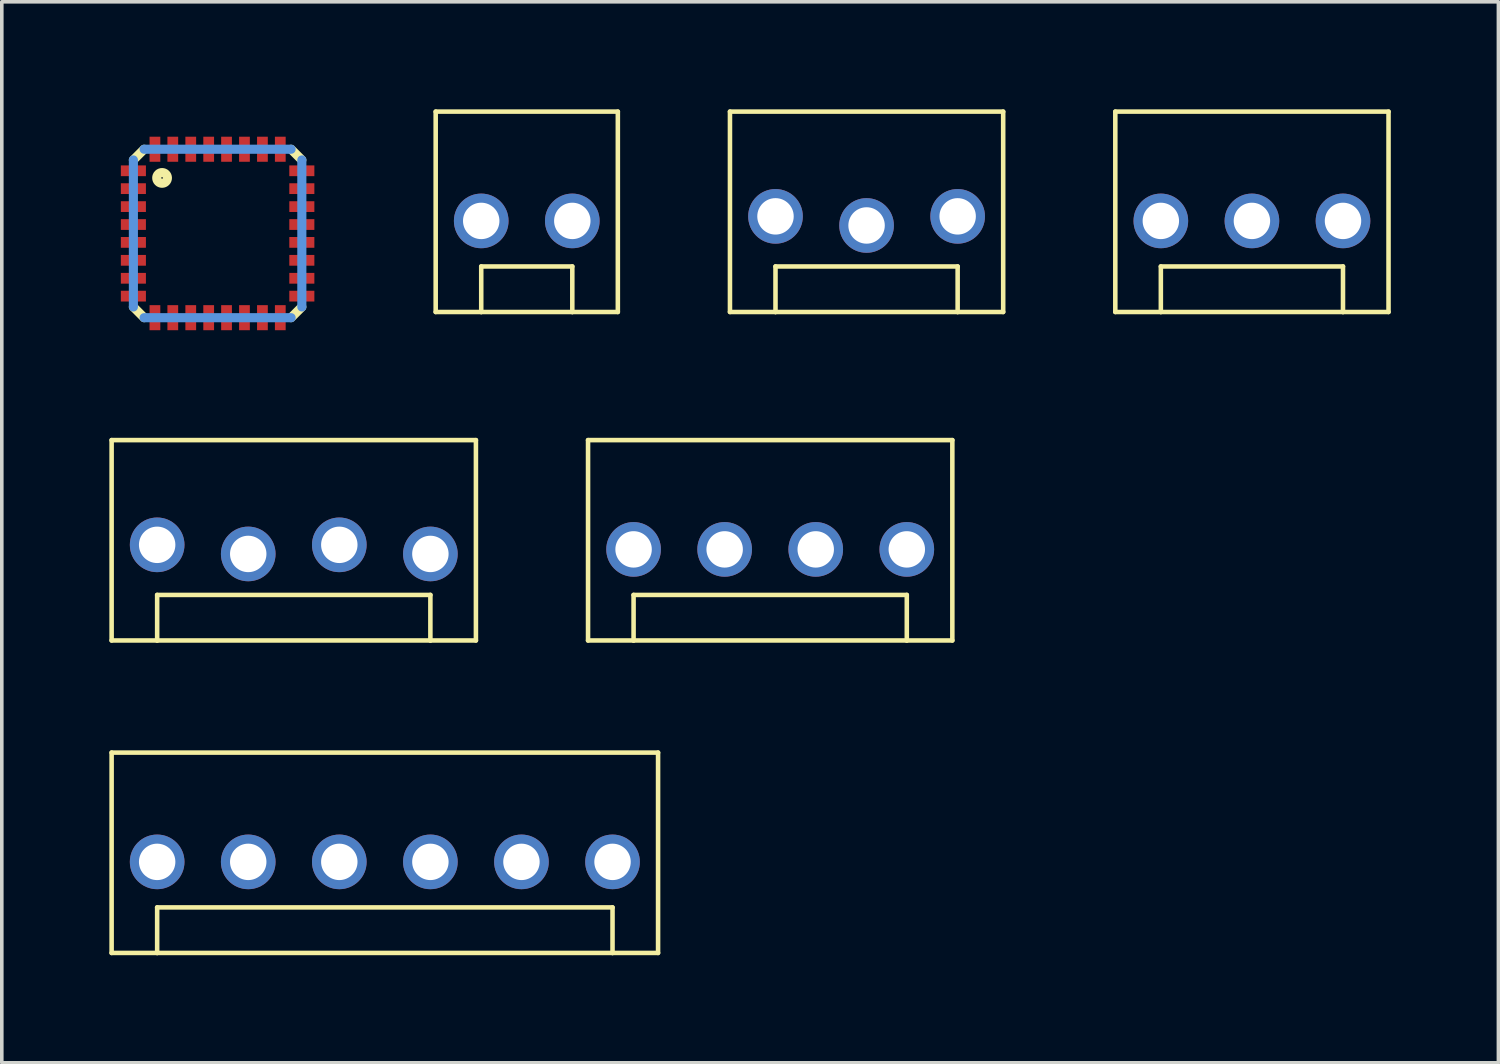
<source format=kicad_pcb>
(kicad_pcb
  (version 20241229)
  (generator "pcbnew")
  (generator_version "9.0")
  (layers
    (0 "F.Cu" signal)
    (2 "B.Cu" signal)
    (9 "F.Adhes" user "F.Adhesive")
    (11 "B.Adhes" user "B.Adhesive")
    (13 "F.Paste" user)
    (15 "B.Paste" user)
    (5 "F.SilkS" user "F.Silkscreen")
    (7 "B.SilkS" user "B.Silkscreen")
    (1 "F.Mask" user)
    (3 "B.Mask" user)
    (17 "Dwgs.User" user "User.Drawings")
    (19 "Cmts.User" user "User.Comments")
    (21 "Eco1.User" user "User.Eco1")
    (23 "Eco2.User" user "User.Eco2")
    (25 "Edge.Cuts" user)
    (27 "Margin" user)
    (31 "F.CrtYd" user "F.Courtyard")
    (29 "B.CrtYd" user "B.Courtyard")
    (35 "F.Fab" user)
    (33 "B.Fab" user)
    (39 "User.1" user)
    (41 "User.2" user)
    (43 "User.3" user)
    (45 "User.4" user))
  (footprint "MOLEX-1X4"
    (layer "F.Cu")
    (at 14.62 12.272)
    (property "Reference" "MOLEX-1X4" (at 0 0 0) (layer "Cmts.User") (effects (font (size 0.001 0.001) (thickness 0.000001))))
    (attr through_hole)
    (fp_line (start -1.27 -3.048) (end -1.27 2.54) (stroke (width 0.127) (type solid)) (layer "F.SilkS"))
    (fp_line (start 0 1.27) (end 7.62 1.27) (stroke (width 0.127) (type solid)) (layer "F.SilkS"))
    (fp_line (start 0 2.54) (end -1.27 2.54) (stroke (width 0.127) (type solid)) (layer "F.SilkS"))
    (fp_line (start 0 2.54) (end 0 1.27) (stroke (width 0.127) (type solid)) (layer "F.SilkS"))
    (fp_line (start 7.62 1.27) (end 7.62 2.54) (stroke (width 0.127) (type solid)) (layer "F.SilkS"))
    (fp_line (start 7.62 2.54) (end 0 2.54) (stroke (width 0.127) (type solid)) (layer "F.SilkS"))
    (fp_line (start 8.89 -3.048) (end -1.27 -3.048) (stroke (width 0.127) (type solid)) (layer "F.SilkS"))
    (fp_line (start 8.89 -3.048) (end 8.89 2.54) (stroke (width 0.127) (type solid)) (layer "F.SilkS"))
    (fp_line (start 8.89 2.54) (end 7.62 2.54) (stroke (width 0.127) (type solid)) (layer "F.SilkS"))
    (pad "1" thru_hole oval (at 0 0) (size 1.524 1.524) (drill 1.016) (layers "*.Cu" "*.Mask"))
    (pad "2" thru_hole oval (at 2.54 0) (size 1.524 1.524) (drill 1.016) (layers "*.Cu" "*.Mask"))
    (pad "3" thru_hole oval (at 5.08 0) (size 1.524 1.524) (drill 1.016) (layers "*.Cu" "*.Mask"))
    (pad "4" thru_hole oval (at 7.62 0) (size 1.524 1.524) (drill 1.016) (layers "*.Cu" "*.Mask")))
  (footprint "MLF32"
    (layer "F.Cu")
    (at 3.019 3.461)
    (property "Reference" "MLF32" (at 0 -2.54 0) (layer "Eco1.User") (effects (font (size 1.27 1.27) (thickness 0.102))))
    (attr through_hole)
    (fp_line (start -2.349 -2.05) (end -2.05 -2.349) (stroke (width 0.254) (type solid)) (layer "F.SilkS"))
    (fp_line (start -2.05 2.349) (end -2.349 2.05) (stroke (width 0.254) (type solid)) (layer "F.SilkS"))
    (fp_line (start 2.05 -2.349) (end 2.349 -2.05) (stroke (width 0.254) (type solid)) (layer "F.SilkS"))
    (fp_line (start 2.349 2.05) (end 2.05 2.349) (stroke (width 0.254) (type solid)) (layer "F.SilkS"))
    (fp_circle (center -1.549 -1.549) (end -1.4 -1.549) (stroke (width 0.254) (type solid)) (fill no) (layer "F.SilkS"))
    (fp_line (start -2.349 2.05) (end -2.349 -2.05) (stroke (width 0.254) (type solid)) (layer "Cmts.User"))
    (fp_line (start -2.05 -2.349) (end 2.05 -2.349) (stroke (width 0.254) (type solid)) (layer "Cmts.User"))
    (fp_line (start 2.05 2.349) (end -2.05 2.349) (stroke (width 0.254) (type solid)) (layer "Cmts.User"))
    (fp_line (start 2.349 -2.05) (end 2.349 2.05) (stroke (width 0.254) (type solid)) (layer "Cmts.User"))
    (pad "1" smd rect (at -2.349 -1.748) (size 0.699 0.3) (layers "F.Cu" "F.Mask" "F.Paste"))
    (pad "2" smd rect (at -2.349 -1.25) (size 0.699 0.3) (layers "F.Cu" "F.Mask" "F.Paste"))
    (pad "3" smd rect (at -2.349 -0.749) (size 0.699 0.3) (layers "F.Cu" "F.Mask" "F.Paste"))
    (pad "4" smd rect (at -2.349 -0.249) (size 0.699 0.3) (layers "F.Cu" "F.Mask" "F.Paste"))
    (pad "5" smd rect (at -2.349 0.249) (size 0.699 0.3) (layers "F.Cu" "F.Mask" "F.Paste"))
    (pad "6" smd rect (at -2.349 0.749) (size 0.699 0.3) (layers "F.Cu" "F.Mask" "F.Paste"))
    (pad "7" smd rect (at -2.349 1.25) (size 0.699 0.3) (layers "F.Cu" "F.Mask" "F.Paste"))
    (pad "8" smd rect (at -2.349 1.748) (size 0.699 0.3) (layers "F.Cu" "F.Mask" "F.Paste"))
    (pad "9" smd rect (at -1.748 2.349) (size 0.3 0.699) (layers "F.Cu" "F.Mask" "F.Paste"))
    (pad "10" smd rect (at -1.25 2.349) (size 0.3 0.699) (layers "F.Cu" "F.Mask" "F.Paste"))
    (pad "11" smd rect (at -0.749 2.349) (size 0.3 0.699) (layers "F.Cu" "F.Mask" "F.Paste"))
    (pad "12" smd rect (at -0.249 2.349) (size 0.3 0.699) (layers "F.Cu" "F.Mask" "F.Paste"))
    (pad "13" smd rect (at 0.249 2.349) (size 0.3 0.699) (layers "F.Cu" "F.Mask" "F.Paste"))
    (pad "14" smd rect (at 0.749 2.349) (size 0.3 0.699) (layers "F.Cu" "F.Mask" "F.Paste"))
    (pad "15" smd rect (at 1.25 2.349) (size 0.3 0.699) (layers "F.Cu" "F.Mask" "F.Paste"))
    (pad "16" smd rect (at 1.748 2.349) (size 0.3 0.699) (layers "F.Cu" "F.Mask" "F.Paste"))
    (pad "17" smd rect (at 2.349 1.748) (size 0.699 0.3) (layers "F.Cu" "F.Mask" "F.Paste"))
    (pad "18" smd rect (at 2.349 1.25) (size 0.699 0.3) (layers "F.Cu" "F.Mask" "F.Paste"))
    (pad "19" smd rect (at 2.349 0.749) (size 0.699 0.3) (layers "F.Cu" "F.Mask" "F.Paste"))
    (pad "20" smd rect (at 2.349 0.249) (size 0.699 0.3) (layers "F.Cu" "F.Mask" "F.Paste"))
    (pad "21" smd rect (at 2.349 -0.249) (size 0.699 0.3) (layers "F.Cu" "F.Mask" "F.Paste"))
    (pad "22" smd rect (at 2.349 -0.749) (size 0.699 0.3) (layers "F.Cu" "F.Mask" "F.Paste"))
    (pad "23" smd rect (at 2.349 -1.25) (size 0.699 0.3) (layers "F.Cu" "F.Mask" "F.Paste"))
    (pad "24" smd rect (at 2.349 -1.748) (size 0.699 0.3) (layers "F.Cu" "F.Mask" "F.Paste"))
    (pad "25" smd rect (at 1.748 -2.349) (size 0.3 0.699) (layers "F.Cu" "F.Mask" "F.Paste"))
    (pad "26" smd rect (at 1.25 -2.349) (size 0.3 0.699) (layers "F.Cu" "F.Mask" "F.Paste"))
    (pad "27" smd rect (at 0.749 -2.349) (size 0.3 0.699) (layers "F.Cu" "F.Mask" "F.Paste"))
    (pad "28" smd rect (at 0.249 -2.349) (size 0.3 0.699) (layers "F.Cu" "F.Mask" "F.Paste"))
    (pad "29" smd rect (at -0.249 -2.349) (size 0.3 0.699) (layers "F.Cu" "F.Mask" "F.Paste"))
    (pad "30" smd rect (at -0.749 -2.349) (size 0.3 0.699) (layers "F.Cu" "F.Mask" "F.Paste"))
    (pad "31" smd rect (at -1.25 -2.349) (size 0.3 0.699) (layers "F.Cu" "F.Mask" "F.Paste"))
    (pad "32" smd rect (at -1.748 -2.349) (size 0.3 0.699) (layers "F.Cu" "F.Mask" "F.Paste")))
  (footprint "MOLEX-1X3_LOCK"
    (layer "F.Cu")
    (at 18.578 3.111)
    (property "Reference" "MOLEX-1X3_LOCK" (at 0 0 0) (layer "Cmts.User") (effects (font (size 0.001 0.001) (thickness 0.000001))))
    (attr through_hole)
    (fp_line (start -1.27 -3.048) (end -1.27 2.54) (stroke (width 0.127) (type solid)) (layer "F.SilkS"))
    (fp_line (start 0 1.27) (end 5.08 1.27) (stroke (width 0.127) (type solid)) (layer "F.SilkS"))
    (fp_line (start 0 2.54) (end -1.27 2.54) (stroke (width 0.127) (type solid)) (layer "F.SilkS"))
    (fp_line (start 0 2.54) (end 0 1.27) (stroke (width 0.127) (type solid)) (layer "F.SilkS"))
    (fp_line (start 5.08 1.27) (end 5.08 2.54) (stroke (width 0.127) (type solid)) (layer "F.SilkS"))
    (fp_line (start 5.08 2.54) (end 0 2.54) (stroke (width 0.127) (type solid)) (layer "F.SilkS"))
    (fp_line (start 6.35 -3.048) (end -1.27 -3.048) (stroke (width 0.127) (type solid)) (layer "F.SilkS"))
    (fp_line (start 6.35 -3.048) (end 6.35 2.54) (stroke (width 0.127) (type solid)) (layer "F.SilkS"))
    (fp_line (start 6.35 2.54) (end 5.08 2.54) (stroke (width 0.127) (type solid)) (layer "F.SilkS"))
    (pad "1" thru_hole oval (at 0 -0.127) (size 1.524 1.524) (drill 1.016) (layers "*.Cu" "*.Mask"))
    (pad "2" thru_hole oval (at 2.54 0.127) (size 1.524 1.524) (drill 1.016) (layers "*.Cu" "*.Mask"))
    (pad "3" thru_hole oval (at 5.08 -0.127) (size 1.524 1.524) (drill 1.016) (layers "*.Cu" "*.Mask")))
  (footprint "MOLEX-1X2"
    (layer "F.Cu")
    (at 10.371 3.111)
    (property "Reference" "MOLEX-1X2" (at 0 0 0) (layer "Cmts.User") (effects (font (size 0.001 0.001) (thickness 0.000001))))
    (attr through_hole)
    (fp_line (start -1.27 -3.048) (end -1.27 2.54) (stroke (width 0.127) (type solid)) (layer "F.SilkS"))
    (fp_line (start 0 1.27) (end 2.54 1.27) (stroke (width 0.127) (type solid)) (layer "F.SilkS"))
    (fp_line (start 0 2.54) (end -1.27 2.54) (stroke (width 0.127) (type solid)) (layer "F.SilkS"))
    (fp_line (start 0 2.54) (end 0 1.27) (stroke (width 0.127) (type solid)) (layer "F.SilkS"))
    (fp_line (start 2.54 1.27) (end 2.54 2.54) (stroke (width 0.127) (type solid)) (layer "F.SilkS"))
    (fp_line (start 2.54 2.54) (end 0 2.54) (stroke (width 0.127) (type solid)) (layer "F.SilkS"))
    (fp_line (start 3.81 -3.048) (end -1.27 -3.048) (stroke (width 0.127) (type solid)) (layer "F.SilkS"))
    (fp_line (start 3.81 -3.048) (end 3.81 2.54) (stroke (width 0.127) (type solid)) (layer "F.SilkS"))
    (fp_line (start 3.81 2.54) (end 2.54 2.54) (stroke (width 0.127) (type solid)) (layer "F.SilkS"))
    (pad "1" thru_hole oval (at 0 0) (size 1.524 1.524) (drill 1.016) (layers "*.Cu" "*.Mask"))
    (pad "2" thru_hole oval (at 2.54 0) (size 1.524 1.524) (drill 1.016) (layers "*.Cu" "*.Mask")))
  (footprint "MOLEX-1X4_LOCK"
    (layer "F.Cu")
    (at 1.333 12.272)
    (property "Reference" "MOLEX-1X4_LOCK" (at 0 0 0) (layer "Cmts.User") (effects (font (size 0.001 0.001) (thickness 0.000001))))
    (attr through_hole)
    (fp_line (start -1.27 -3.048) (end -1.27 2.54) (stroke (width 0.127) (type solid)) (layer "F.SilkS"))
    (fp_line (start 0 1.27) (end 7.62 1.27) (stroke (width 0.127) (type solid)) (layer "F.SilkS"))
    (fp_line (start 0 2.54) (end -1.27 2.54) (stroke (width 0.127) (type solid)) (layer "F.SilkS"))
    (fp_line (start 0 2.54) (end 0 1.27) (stroke (width 0.127) (type solid)) (layer "F.SilkS"))
    (fp_line (start 7.62 1.27) (end 7.62 2.54) (stroke (width 0.127) (type solid)) (layer "F.SilkS"))
    (fp_line (start 7.62 2.54) (end 0 2.54) (stroke (width 0.127) (type solid)) (layer "F.SilkS"))
    (fp_line (start 8.89 -3.048) (end -1.27 -3.048) (stroke (width 0.127) (type solid)) (layer "F.SilkS"))
    (fp_line (start 8.89 -3.048) (end 8.89 2.54) (stroke (width 0.127) (type solid)) (layer "F.SilkS"))
    (fp_line (start 8.89 2.54) (end 7.62 2.54) (stroke (width 0.127) (type solid)) (layer "F.SilkS"))
    (pad "1" thru_hole oval (at 0 -0.127) (size 1.524 1.524) (drill 1.016) (layers "*.Cu" "*.Mask"))
    (pad "2" thru_hole oval (at 2.54 0.127) (size 1.524 1.524) (drill 1.016) (layers "*.Cu" "*.Mask"))
    (pad "3" thru_hole oval (at 5.08 -0.127) (size 1.524 1.524) (drill 1.016) (layers "*.Cu" "*.Mask"))
    (pad "4" thru_hole oval (at 7.62 0.127) (size 1.524 1.524) (drill 1.016) (layers "*.Cu" "*.Mask")))
  (footprint "MOLEX-1X3"
    (layer "F.Cu")
    (at 29.325 3.111)
    (property "Reference" "MOLEX-1X3" (at 0 0 0) (layer "Cmts.User") (effects (font (size 0.001 0.001) (thickness 0.000001))))
    (attr through_hole)
    (fp_line (start -1.27 -3.048) (end -1.27 2.54) (stroke (width 0.127) (type solid)) (layer "F.SilkS"))
    (fp_line (start 0 1.27) (end 5.08 1.27) (stroke (width 0.127) (type solid)) (layer "F.SilkS"))
    (fp_line (start 0 2.54) (end -1.27 2.54) (stroke (width 0.127) (type solid)) (layer "F.SilkS"))
    (fp_line (start 0 2.54) (end 0 1.27) (stroke (width 0.127) (type solid)) (layer "F.SilkS"))
    (fp_line (start 5.08 1.27) (end 5.08 2.54) (stroke (width 0.127) (type solid)) (layer "F.SilkS"))
    (fp_line (start 5.08 2.54) (end 0 2.54) (stroke (width 0.127) (type solid)) (layer "F.SilkS"))
    (fp_line (start 6.35 -3.048) (end -1.27 -3.048) (stroke (width 0.127) (type solid)) (layer "F.SilkS"))
    (fp_line (start 6.35 -3.048) (end 6.35 2.54) (stroke (width 0.127) (type solid)) (layer "F.SilkS"))
    (fp_line (start 6.35 2.54) (end 5.08 2.54) (stroke (width 0.127) (type solid)) (layer "F.SilkS"))
    (pad "1" thru_hole oval (at 0 0) (size 1.524 1.524) (drill 1.016) (layers "*.Cu" "*.Mask"))
    (pad "2" thru_hole oval (at 2.54 0) (size 1.524 1.524) (drill 1.016) (layers "*.Cu" "*.Mask"))
    (pad "3" thru_hole oval (at 5.08 0) (size 1.524 1.524) (drill 1.016) (layers "*.Cu" "*.Mask")))
  (footprint "MOLEX-1X6"
    (layer "F.Cu")
    (at 1.333 20.987)
    (property "Reference" "MOLEX-1X6" (at 0 0 0) (layer "Cmts.User") (effects (font (size 0.001 0.001) (thickness 0.000001))))
    (attr through_hole)
    (fp_line (start -1.27 -3.048) (end -1.27 2.54) (stroke (width 0.127) (type solid)) (layer "F.SilkS"))
    (fp_line (start 0 1.27) (end 12.7 1.27) (stroke (width 0.127) (type solid)) (layer "F.SilkS"))
    (fp_line (start 0 2.54) (end -1.27 2.54) (stroke (width 0.127) (type solid)) (layer "F.SilkS"))
    (fp_line (start 0 2.54) (end 0 1.27) (stroke (width 0.127) (type solid)) (layer "F.SilkS"))
    (fp_line (start 12.7 1.27) (end 12.7 2.54) (stroke (width 0.127) (type solid)) (layer "F.SilkS"))
    (fp_line (start 12.7 2.54) (end 0 2.54) (stroke (width 0.127) (type solid)) (layer "F.SilkS"))
    (fp_line (start 13.97 -3.048) (end -1.27 -3.048) (stroke (width 0.127) (type solid)) (layer "F.SilkS"))
    (fp_line (start 13.97 -3.048) (end 13.97 2.54) (stroke (width 0.127) (type solid)) (layer "F.SilkS"))
    (fp_line (start 13.97 2.54) (end 12.7 2.54) (stroke (width 0.127) (type solid)) (layer "F.SilkS"))
    (pad "1" thru_hole oval (at 0 0) (size 1.524 1.524) (drill 1.016) (layers "*.Cu" "*.Mask"))
    (pad "2" thru_hole oval (at 2.54 0) (size 1.524 1.524) (drill 1.016) (layers "*.Cu" "*.Mask"))
    (pad "3" thru_hole oval (at 5.08 0) (size 1.524 1.524) (drill 1.016) (layers "*.Cu" "*.Mask"))
    (pad "4" thru_hole oval (at 7.62 0) (size 1.524 1.524) (drill 1.016) (layers "*.Cu" "*.Mask"))
    (pad "5" thru_hole oval (at 10.16 0) (size 1.524 1.524) (drill 1.016) (layers "*.Cu" "*.Mask"))
    (pad "6" thru_hole oval (at 12.7 0) (size 1.524 1.524) (drill 1.016) (layers "*.Cu" "*.Mask")))
  (gr_rect
    (start -3 -3)
    (end 38.739 26.59)
    (stroke (width 0.1) (type default))
    (fill no)
    (layer "Edge.Cuts")))
</source>
